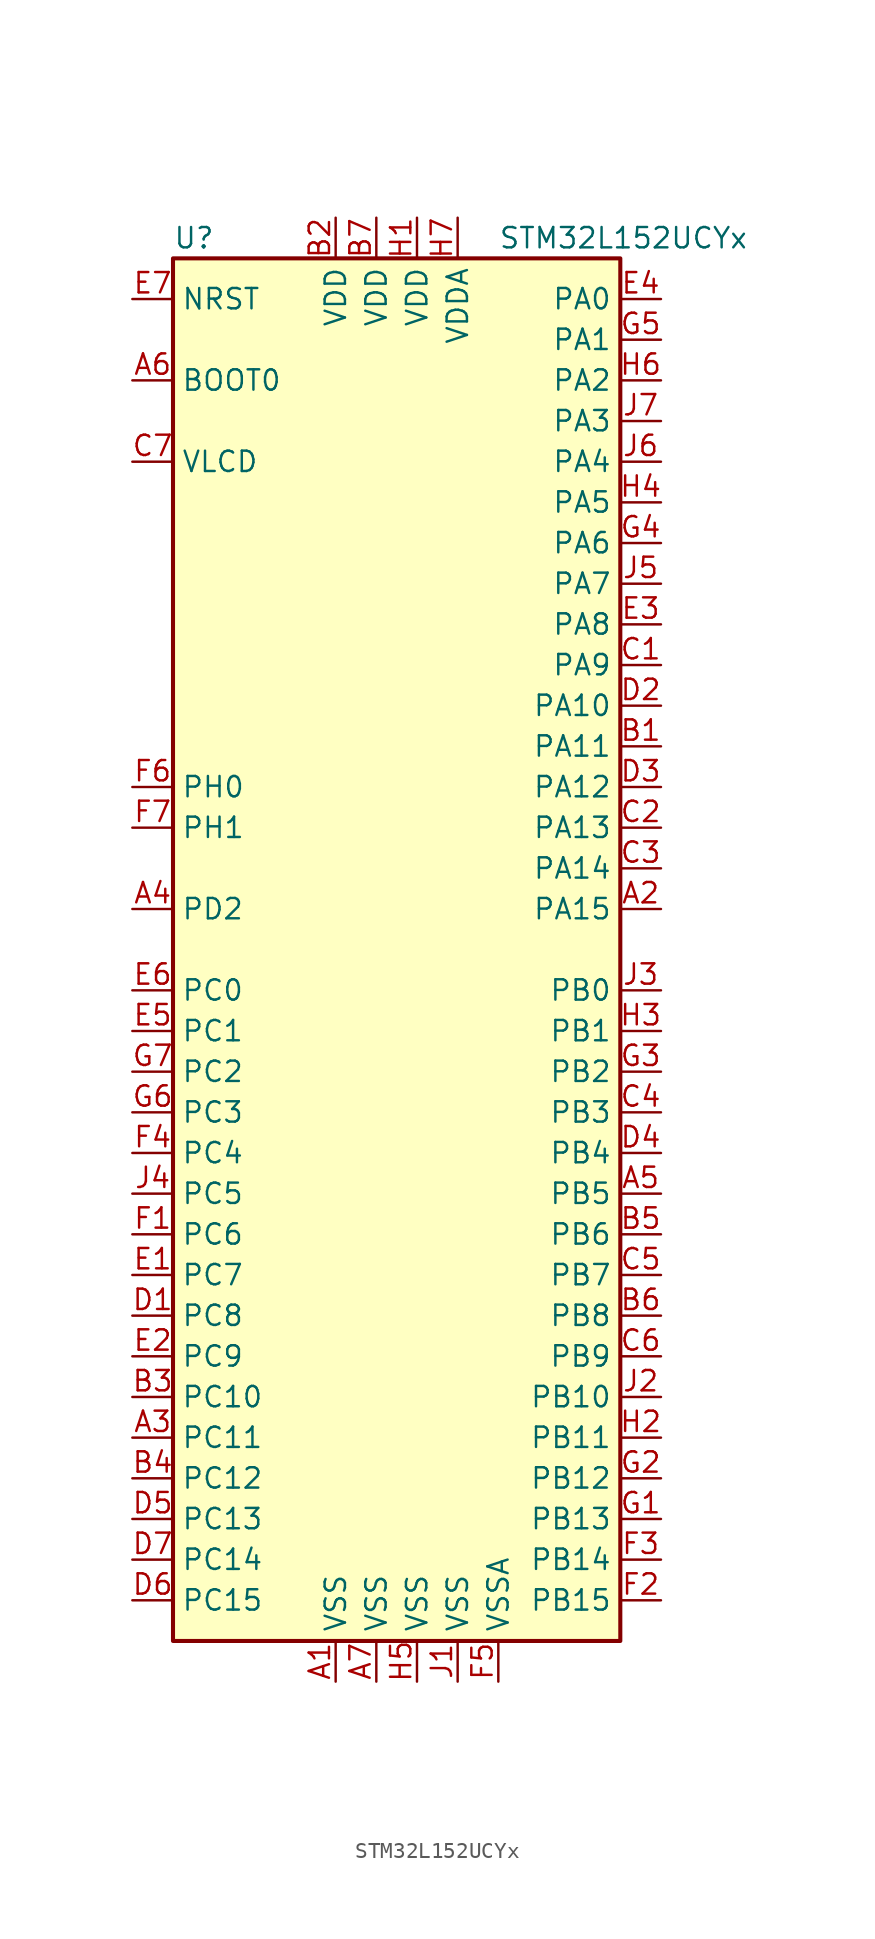
<source format=kicad_sym>
(kicad_symbol_lib
  (version 20211014)
  (generator kicad_symbol_editor)
  (symbol "STM32L152UCYx"
    (property "Reference" "U"
      (at -15.24 44.45 0)
      (effects (font (size 1.27 1.27)) (justify left)))
    (property "Value" "STM32L152UCYx"
      (at 5.08 44.45 0)
      (effects (font (size 1.27 1.27)) (justify left)))
    (symbol "STM32L152UCYx_0_1"
      (rectangle (start -15.24 -43.18) (end 12.7 43.18) (stroke (width 0.254) (type default) (color 0 0 0 0)) (fill (type background))))
    (symbol "STM32L152UCYx_1_1"
      (pin power_in line (at -5.08 -45.72 90) (length 2.54) (name "VSS" (effects (font (size 1.27 1.27)))) (number "A1" (effects (font (size 1.27 1.27)))))
      (pin bidirectional line (at 15.24 2.54 180) (length 2.54) (name "PA15" (effects (font (size 1.27 1.27)))) (number "A2" (effects (font (size 1.27 1.27)))))
      (pin bidirectional line (at -17.78 -30.48 0) (length 2.54) (name "PC11" (effects (font (size 1.27 1.27)))) (number "A3" (effects (font (size 1.27 1.27)))))
      (pin bidirectional line (at -17.78 2.54 0) (length 2.54) (name "PD2" (effects (font (size 1.27 1.27)))) (number "A4" (effects (font (size 1.27 1.27)))))
      (pin bidirectional line (at 15.24 -15.24 180) (length 2.54) (name "PB5" (effects (font (size 1.27 1.27)))) (number "A5" (effects (font (size 1.27 1.27)))))
      (pin input line (at -17.78 35.56 0) (length 2.54) (name "BOOT0" (effects (font (size 1.27 1.27)))) (number "A6" (effects (font (size 1.27 1.27)))))
      (pin power_in line (at -2.54 -45.72 90) (length 2.54) (name "VSS" (effects (font (size 1.27 1.27)))) (number "A7" (effects (font (size 1.27 1.27)))))
      (pin bidirectional line (at 15.24 12.7 180) (length 2.54) (name "PA11" (effects (font (size 1.27 1.27)))) (number "B1" (effects (font (size 1.27 1.27)))))
      (pin power_in line (at -5.08 45.72 270) (length 2.54) (name "VDD" (effects (font (size 1.27 1.27)))) (number "B2" (effects (font (size 1.27 1.27)))))
      (pin bidirectional line (at -17.78 -27.94 0) (length 2.54) (name "PC10" (effects (font (size 1.27 1.27)))) (number "B3" (effects (font (size 1.27 1.27)))))
      (pin bidirectional line (at -17.78 -33.02 0) (length 2.54) (name "PC12" (effects (font (size 1.27 1.27)))) (number "B4" (effects (font (size 1.27 1.27)))))
      (pin bidirectional line (at 15.24 -17.78 180) (length 2.54) (name "PB6" (effects (font (size 1.27 1.27)))) (number "B5" (effects (font (size 1.27 1.27)))))
      (pin bidirectional line (at 15.24 -22.86 180) (length 2.54) (name "PB8" (effects (font (size 1.27 1.27)))) (number "B6" (effects (font (size 1.27 1.27)))))
      (pin power_in line (at -2.54 45.72 270) (length 2.54) (name "VDD" (effects (font (size 1.27 1.27)))) (number "B7" (effects (font (size 1.27 1.27)))))
      (pin bidirectional line (at 15.24 17.78 180) (length 2.54) (name "PA9" (effects (font (size 1.27 1.27)))) (number "C1" (effects (font (size 1.27 1.27)))))
      (pin bidirectional line (at 15.24 7.62 180) (length 2.54) (name "PA13" (effects (font (size 1.27 1.27)))) (number "C2" (effects (font (size 1.27 1.27)))))
      (pin bidirectional line (at 15.24 5.08 180) (length 2.54) (name "PA14" (effects (font (size 1.27 1.27)))) (number "C3" (effects (font (size 1.27 1.27)))))
      (pin bidirectional line (at 15.24 -10.16 180) (length 2.54) (name "PB3" (effects (font (size 1.27 1.27)))) (number "C4" (effects (font (size 1.27 1.27)))))
      (pin bidirectional line (at 15.24 -20.32 180) (length 2.54) (name "PB7" (effects (font (size 1.27 1.27)))) (number "C5" (effects (font (size 1.27 1.27)))))
      (pin bidirectional line (at 15.24 -25.4 180) (length 2.54) (name "PB9" (effects (font (size 1.27 1.27)))) (number "C6" (effects (font (size 1.27 1.27)))))
      (pin power_in line (at -17.78 30.48 0) (length 2.54) (name "VLCD" (effects (font (size 1.27 1.27)))) (number "C7" (effects (font (size 1.27 1.27)))))
      (pin bidirectional line (at -17.78 -22.86 0) (length 2.54) (name "PC8" (effects (font (size 1.27 1.27)))) (number "D1" (effects (font (size 1.27 1.27)))))
      (pin bidirectional line (at 15.24 15.24 180) (length 2.54) (name "PA10" (effects (font (size 1.27 1.27)))) (number "D2" (effects (font (size 1.27 1.27)))))
      (pin bidirectional line (at 15.24 10.16 180) (length 2.54) (name "PA12" (effects (font (size 1.27 1.27)))) (number "D3" (effects (font (size 1.27 1.27)))))
      (pin bidirectional line (at 15.24 -12.7 180) (length 2.54) (name "PB4" (effects (font (size 1.27 1.27)))) (number "D4" (effects (font (size 1.27 1.27)))))
      (pin bidirectional line (at -17.78 -35.56 0) (length 2.54) (name "PC13" (effects (font (size 1.27 1.27)))) (number "D5" (effects (font (size 1.27 1.27)))))
      (pin bidirectional line (at -17.78 -40.64 0) (length 2.54) (name "PC15" (effects (font (size 1.27 1.27)))) (number "D6" (effects (font (size 1.27 1.27)))))
      (pin bidirectional line (at -17.78 -38.1 0) (length 2.54) (name "PC14" (effects (font (size 1.27 1.27)))) (number "D7" (effects (font (size 1.27 1.27)))))
      (pin bidirectional line (at -17.78 -20.32 0) (length 2.54) (name "PC7" (effects (font (size 1.27 1.27)))) (number "E1" (effects (font (size 1.27 1.27)))))
      (pin bidirectional line (at -17.78 -25.4 0) (length 2.54) (name "PC9" (effects (font (size 1.27 1.27)))) (number "E2" (effects (font (size 1.27 1.27)))))
      (pin bidirectional line (at 15.24 20.32 180) (length 2.54) (name "PA8" (effects (font (size 1.27 1.27)))) (number "E3" (effects (font (size 1.27 1.27)))))
      (pin bidirectional line (at 15.24 40.64 180) (length 2.54) (name "PA0" (effects (font (size 1.27 1.27)))) (number "E4" (effects (font (size 1.27 1.27)))))
      (pin bidirectional line (at -17.78 -5.08 0) (length 2.54) (name "PC1" (effects (font (size 1.27 1.27)))) (number "E5" (effects (font (size 1.27 1.27)))))
      (pin bidirectional line (at -17.78 -2.54 0) (length 2.54) (name "PC0" (effects (font (size 1.27 1.27)))) (number "E6" (effects (font (size 1.27 1.27)))))
      (pin input line (at -17.78 40.64 0) (length 2.54) (name "NRST" (effects (font (size 1.27 1.27)))) (number "E7" (effects (font (size 1.27 1.27)))))
      (pin bidirectional line (at -17.78 -17.78 0) (length 2.54) (name "PC6" (effects (font (size 1.27 1.27)))) (number "F1" (effects (font (size 1.27 1.27)))))
      (pin bidirectional line (at 15.24 -40.64 180) (length 2.54) (name "PB15" (effects (font (size 1.27 1.27)))) (number "F2" (effects (font (size 1.27 1.27)))))
      (pin bidirectional line (at 15.24 -38.1 180) (length 2.54) (name "PB14" (effects (font (size 1.27 1.27)))) (number "F3" (effects (font (size 1.27 1.27)))))
      (pin bidirectional line (at -17.78 -12.7 0) (length 2.54) (name "PC4" (effects (font (size 1.27 1.27)))) (number "F4" (effects (font (size 1.27 1.27)))))
      (pin power_in line (at 5.08 -45.72 90) (length 2.54) (name "VSSA" (effects (font (size 1.27 1.27)))) (number "F5" (effects (font (size 1.27 1.27)))))
      (pin input line (at -17.78 10.16 0) (length 2.54) (name "PH0" (effects (font (size 1.27 1.27)))) (number "F6" (effects (font (size 1.27 1.27)))))
      (pin input line (at -17.78 7.62 0) (length 2.54) (name "PH1" (effects (font (size 1.27 1.27)))) (number "F7" (effects (font (size 1.27 1.27)))))
      (pin bidirectional line (at 15.24 -35.56 180) (length 2.54) (name "PB13" (effects (font (size 1.27 1.27)))) (number "G1" (effects (font (size 1.27 1.27)))))
      (pin bidirectional line (at 15.24 -33.02 180) (length 2.54) (name "PB12" (effects (font (size 1.27 1.27)))) (number "G2" (effects (font (size 1.27 1.27)))))
      (pin bidirectional line (at 15.24 -7.62 180) (length 2.54) (name "PB2" (effects (font (size 1.27 1.27)))) (number "G3" (effects (font (size 1.27 1.27)))))
      (pin bidirectional line (at 15.24 25.4 180) (length 2.54) (name "PA6" (effects (font (size 1.27 1.27)))) (number "G4" (effects (font (size 1.27 1.27)))))
      (pin bidirectional line (at 15.24 38.1 180) (length 2.54) (name "PA1" (effects (font (size 1.27 1.27)))) (number "G5" (effects (font (size 1.27 1.27)))))
      (pin bidirectional line (at -17.78 -10.16 0) (length 2.54) (name "PC3" (effects (font (size 1.27 1.27)))) (number "G6" (effects (font (size 1.27 1.27)))))
      (pin bidirectional line (at -17.78 -7.62 0) (length 2.54) (name "PC2" (effects (font (size 1.27 1.27)))) (number "G7" (effects (font (size 1.27 1.27)))))
      (pin power_in line (at 0 45.72 270) (length 2.54) (name "VDD" (effects (font (size 1.27 1.27)))) (number "H1" (effects (font (size 1.27 1.27)))))
      (pin bidirectional line (at 15.24 -30.48 180) (length 2.54) (name "PB11" (effects (font (size 1.27 1.27)))) (number "H2" (effects (font (size 1.27 1.27)))))
      (pin bidirectional line (at 15.24 -5.08 180) (length 2.54) (name "PB1" (effects (font (size 1.27 1.27)))) (number "H3" (effects (font (size 1.27 1.27)))))
      (pin bidirectional line (at 15.24 27.94 180) (length 2.54) (name "PA5" (effects (font (size 1.27 1.27)))) (number "H4" (effects (font (size 1.27 1.27)))))
      (pin power_in line (at 0 -45.72 90) (length 2.54) (name "VSS" (effects (font (size 1.27 1.27)))) (number "H5" (effects (font (size 1.27 1.27)))))
      (pin bidirectional line (at 15.24 35.56 180) (length 2.54) (name "PA2" (effects (font (size 1.27 1.27)))) (number "H6" (effects (font (size 1.27 1.27)))))
      (pin power_in line (at 2.54 45.72 270) (length 2.54) (name "VDDA" (effects (font (size 1.27 1.27)))) (number "H7" (effects (font (size 1.27 1.27)))))
      (pin power_in line (at 2.54 -45.72 90) (length 2.54) (name "VSS" (effects (font (size 1.27 1.27)))) (number "J1" (effects (font (size 1.27 1.27)))))
      (pin bidirectional line (at 15.24 -27.94 180) (length 2.54) (name "PB10" (effects (font (size 1.27 1.27)))) (number "J2" (effects (font (size 1.27 1.27)))))
      (pin bidirectional line (at 15.24 -2.54 180) (length 2.54) (name "PB0" (effects (font (size 1.27 1.27)))) (number "J3" (effects (font (size 1.27 1.27)))))
      (pin bidirectional line (at -17.78 -15.24 0) (length 2.54) (name "PC5" (effects (font (size 1.27 1.27)))) (number "J4" (effects (font (size 1.27 1.27)))))
      (pin bidirectional line (at 15.24 22.86 180) (length 2.54) (name "PA7" (effects (font (size 1.27 1.27)))) (number "J5" (effects (font (size 1.27 1.27)))))
      (pin bidirectional line (at 15.24 30.48 180) (length 2.54) (name "PA4" (effects (font (size 1.27 1.27)))) (number "J6" (effects (font (size 1.27 1.27)))))
      (pin bidirectional line (at 15.24 33.02 180) (length 2.54) (name "PA3" (effects (font (size 1.27 1.27)))) (number "J7" (effects (font (size 1.27 1.27))))))))
</source>
